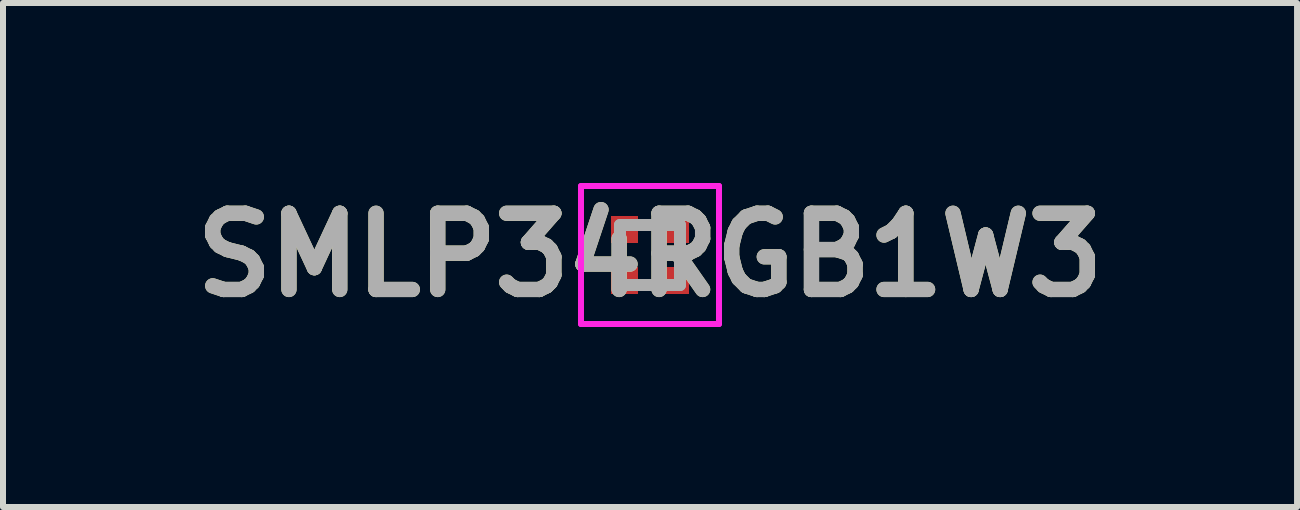
<source format=kicad_pcb>
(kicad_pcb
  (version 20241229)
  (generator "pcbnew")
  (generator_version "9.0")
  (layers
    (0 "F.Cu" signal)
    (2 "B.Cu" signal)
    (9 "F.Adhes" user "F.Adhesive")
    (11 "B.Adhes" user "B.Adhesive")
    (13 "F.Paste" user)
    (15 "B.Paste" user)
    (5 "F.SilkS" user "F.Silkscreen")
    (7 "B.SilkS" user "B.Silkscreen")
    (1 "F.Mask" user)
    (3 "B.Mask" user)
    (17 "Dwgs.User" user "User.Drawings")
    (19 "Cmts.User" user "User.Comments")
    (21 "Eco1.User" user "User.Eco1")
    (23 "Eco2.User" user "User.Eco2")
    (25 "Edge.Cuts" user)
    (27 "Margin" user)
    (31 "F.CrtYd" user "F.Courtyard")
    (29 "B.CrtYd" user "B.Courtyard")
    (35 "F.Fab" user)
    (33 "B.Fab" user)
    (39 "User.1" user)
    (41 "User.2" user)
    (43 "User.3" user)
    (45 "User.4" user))
  (footprint "SMLP34RGB1W3"
    (layer "F.Cu")
    (at 7.783 1.2)
    (property "Reference" "SMLP34RGB1W3" (at 0 0 0) (layer "F.SilkS") (effects (font (size 1.27 1.27) (thickness 0.254))))
    (attr smd)
    (fp_line (start 0.9 -0.5) (end 0.9 -0.5) (stroke (width 0.1) (type solid)) (layer "F.SilkS"))
    (fp_line (start 0.9 -0.4) (end 0.9 -0.4) (stroke (width 0.1) (type solid)) (layer "F.SilkS"))
    (fp_arc (start 0.9 -0.5) (mid 0.95 -0.45) (end 0.9 -0.4) (stroke (width 0.1) (type solid)) (layer "F.SilkS"))
    (fp_arc (start 0.9 -0.4) (mid 0.85 -0.45) (end 0.9 -0.5) (stroke (width 0.1) (type solid)) (layer "F.SilkS"))
    (fp_line (start -1.15 -1.15) (end 1.15 -1.15) (stroke (width 0.1) (type solid)) (layer "F.CrtYd"))
    (fp_line (start -1.15 1.15) (end -1.15 -1.15) (stroke (width 0.1) (type solid)) (layer "F.CrtYd"))
    (fp_line (start 1.15 -1.15) (end 1.15 1.15) (stroke (width 0.1) (type solid)) (layer "F.CrtYd"))
    (fp_line (start 1.15 1.15) (end -1.15 1.15) (stroke (width 0.1) (type solid)) (layer "F.CrtYd"))
    (fp_line (start -0.5 -0.5) (end 0.5 -0.5) (stroke (width 0.2) (type solid)) (layer "F.Fab"))
    (fp_line (start -0.5 0.5) (end -0.5 -0.5) (stroke (width 0.2) (type solid)) (layer "F.Fab"))
    (fp_line (start 0.5 -0.5) (end 0.5 0.5) (stroke (width 0.2) (type solid)) (layer "F.Fab"))
    (fp_line (start 0.5 0.5) (end -0.5 0.5) (stroke (width 0.2) (type solid)) (layer "F.Fab"))
    (fp_text user "${REFERENCE}" (at 0 0 0) (layer "F.Fab") (effects (font (size 1.27 1.27) (thickness 0.254))))
    (pad "1" smd rect (at 0.425 -0.425 90) (size 0.45 0.45) (layers "F.Cu" "F.Mask" "F.Paste"))
    (pad "2" smd rect (at 0.425 0.425 90) (size 0.45 0.45) (layers "F.Cu" "F.Mask" "F.Paste"))
    (pad "3" smd rect (at -0.425 0.425 90) (size 0.45 0.45) (layers "F.Cu" "F.Mask" "F.Paste"))
    (pad "4" smd rect (at -0.425 -0.425 90) (size 0.45 0.45) (layers "F.Cu" "F.Mask" "F.Paste")))
  (gr_rect
    (start -3 -3)
    (end 18.567 5.4)
    (stroke (width 0.1) (type default))
    (fill no)
    (layer "Edge.Cuts")))
</source>
